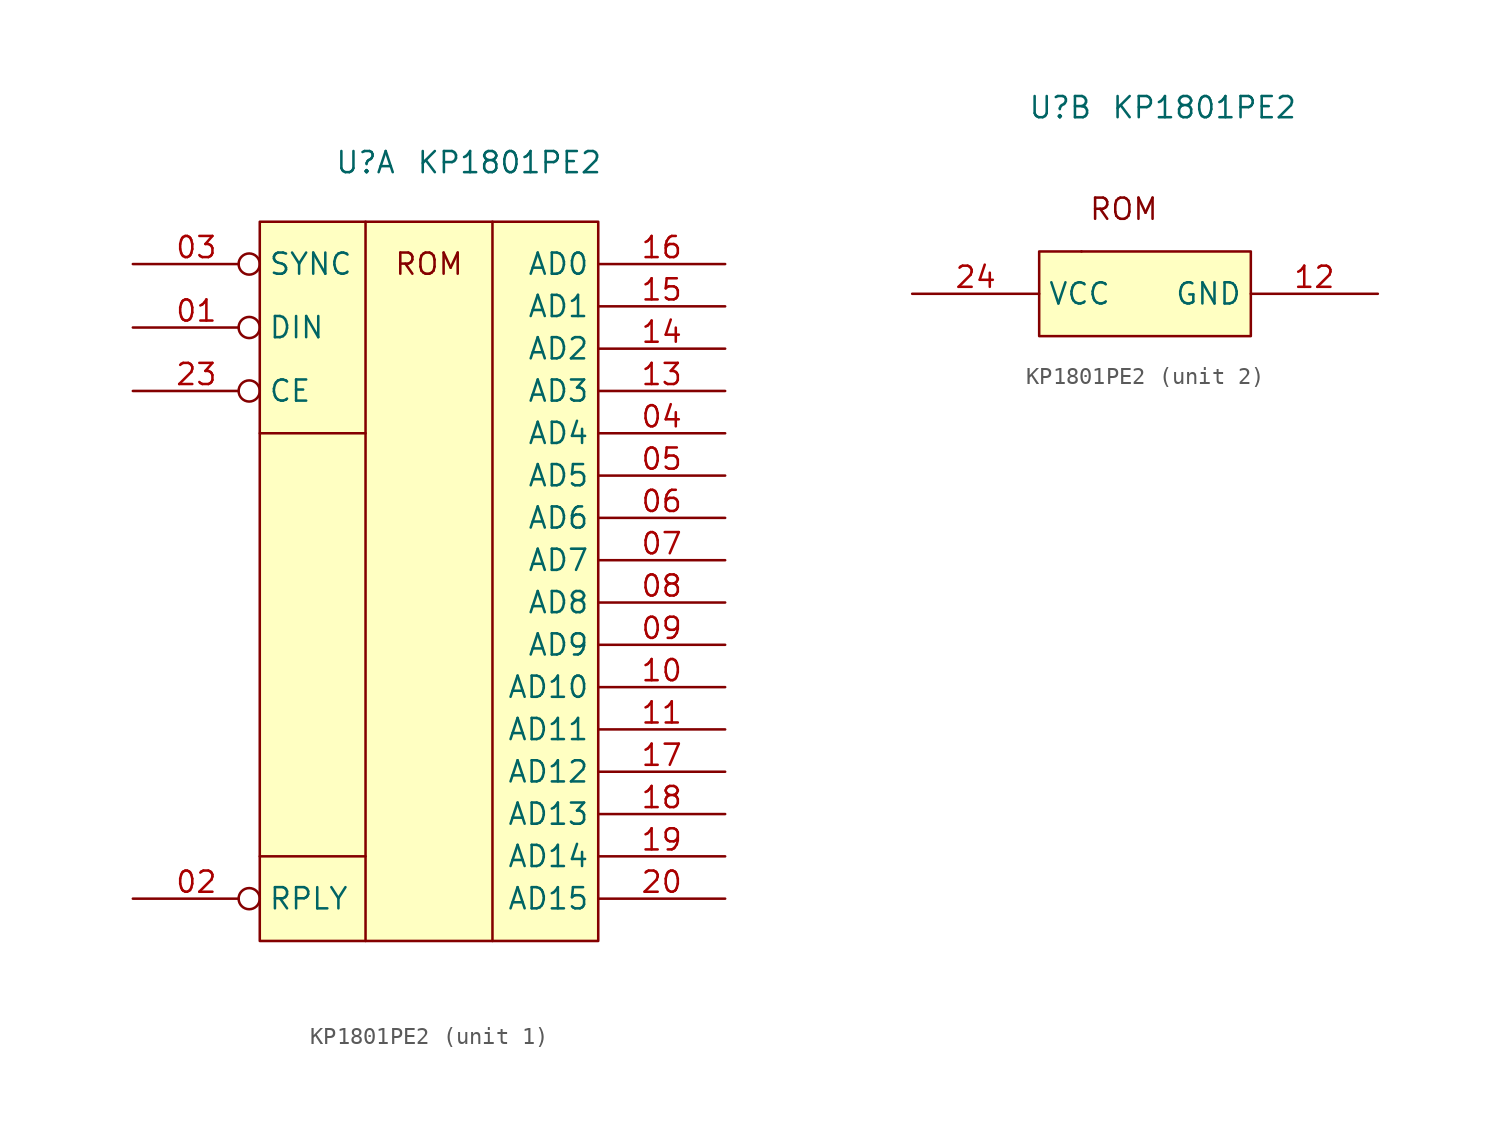
<source format=kicad_sym>
(kicad_symbol_lib
  (version 20220914)
  (generator kicad_symbol_editor)
  (symbol "КР1801РЕ2"
    (property "Reference" "U"
      (at -2.54 -1.524 0)
      (effects (font (size 1.27 1.27))))
    (property "Value" "КР1801РЕ2"
      (at 6.096 -1.524 0)
      (effects (font (size 1.27 1.27))))
    (symbol "КР1801РЕ2_0_0"
      (text "ROM" (at 1.27 -7.62 0) (effects (font (size 1.27 1.27)))))
    (symbol "КР1801РЕ2_1_1"
      (rectangle (start -8.89 -5.08) (end 11.43 -48.26) (stroke (width 0) (type default)) (fill (type background)))
      (polyline (pts (xy -8.89 -43.18) (xy -2.54 -43.18)) (stroke (width 0) (type default)) (fill (type none)))
      (polyline (pts (xy -8.89 -17.78) (xy -2.54 -17.78)) (stroke (width 0) (type default)) (fill (type none)))
      (polyline (pts (xy -2.54 -5.08) (xy -2.54 -48.26)) (stroke (width 0) (type default)) (fill (type none)))
      (polyline (pts (xy 5.08 -5.08) (xy 5.08 -48.26)) (stroke (width 0) (type default)) (fill (type none)))
      (pin input inverted (at -16.51 -11.43 0) (length 7.62) (name "DIN" (effects (font (size 1.27 1.27)))) (number "01" (effects (font (size 1.27 1.27)))))
      (pin input inverted (at -16.51 -45.72 0) (length 7.62) (name "RPLY" (effects (font (size 1.27 1.27)))) (number "02" (effects (font (size 1.27 1.27)))))
      (pin input inverted (at -16.51 -7.62 0) (length 7.62) (name "SYNC" (effects (font (size 1.27 1.27)))) (number "03" (effects (font (size 1.27 1.27)))))
      (pin input line (at 19.05 -17.78 180) (length 7.62) (name "AD4" (effects (font (size 1.27 1.27)))) (number "04" (effects (font (size 1.27 1.27)))))
      (pin input line (at 19.05 -20.32 180) (length 7.62) (name "AD5" (effects (font (size 1.27 1.27)))) (number "05" (effects (font (size 1.27 1.27)))))
      (pin input line (at 19.05 -22.86 180) (length 7.62) (name "AD6" (effects (font (size 1.27 1.27)))) (number "06" (effects (font (size 1.27 1.27)))))
      (pin input line (at 19.05 -25.4 180) (length 7.62) (name "AD7" (effects (font (size 1.27 1.27)))) (number "07" (effects (font (size 1.27 1.27)))))
      (pin input line (at 19.05 -27.94 180) (length 7.62) (name "AD8" (effects (font (size 1.27 1.27)))) (number "08" (effects (font (size 1.27 1.27)))))
      (pin input line (at 19.05 -30.48 180) (length 7.62) (name "AD9" (effects (font (size 1.27 1.27)))) (number "09" (effects (font (size 1.27 1.27)))))
      (pin input line (at 19.05 -33.02 180) (length 7.62) (name "AD10" (effects (font (size 1.27 1.27)))) (number "10" (effects (font (size 1.27 1.27)))))
      (pin input line (at 19.05 -35.56 180) (length 7.62) (name "AD11" (effects (font (size 1.27 1.27)))) (number "11" (effects (font (size 1.27 1.27)))))
      (pin input line (at 19.05 -15.24 180) (length 7.62) (name "AD3" (effects (font (size 1.27 1.27)))) (number "13" (effects (font (size 1.27 1.27)))))
      (pin input line (at 19.05 -12.7 180) (length 7.62) (name "AD2" (effects (font (size 1.27 1.27)))) (number "14" (effects (font (size 1.27 1.27)))))
      (pin input line (at 19.05 -10.16 180) (length 7.62) (name "AD1" (effects (font (size 1.27 1.27)))) (number "15" (effects (font (size 1.27 1.27)))))
      (pin input line (at 19.05 -7.62 180) (length 7.62) (name "AD0" (effects (font (size 1.27 1.27)))) (number "16" (effects (font (size 1.27 1.27)))))
      (pin input line (at 19.05 -38.1 180) (length 7.62) (name "AD12" (effects (font (size 1.27 1.27)))) (number "17" (effects (font (size 1.27 1.27)))))
      (pin input line (at 19.05 -40.64 180) (length 7.62) (name "AD13" (effects (font (size 1.27 1.27)))) (number "18" (effects (font (size 1.27 1.27)))))
      (pin input line (at 19.05 -43.18 180) (length 7.62) (name "AD14" (effects (font (size 1.27 1.27)))) (number "19" (effects (font (size 1.27 1.27)))))
      (pin input line (at 19.05 -45.72 180) (length 7.62) (name "AD15" (effects (font (size 1.27 1.27)))) (number "20" (effects (font (size 1.27 1.27)))))
      (pin input inverted (at -16.51 -15.24 0) (length 7.62) (name "CE" (effects (font (size 1.27 1.27)))) (number "23" (effects (font (size 1.27 1.27))))))
    (symbol "КР1801РЕ2_2_1"
      (rectangle (start -3.81 -10.16) (end 8.89 -15.24) (stroke (width 0) (type default)) (fill (type background)))
      (rectangle (start -1.27 -10.16) (end -1.27 -10.16) (stroke (width 0) (type default)) (fill (type none)))
      (pin power_in line (at 16.51 -12.7 180) (length 7.62) (name "GND" (effects (font (size 1.27 1.27)))) (number "12" (effects (font (size 1.27 1.27)))))
      (pin power_in line (at -11.43 -12.7 0) (length 7.62) (name "VCC" (effects (font (size 1.27 1.27)))) (number "24" (effects (font (size 1.27 1.27))))))))
</source>
